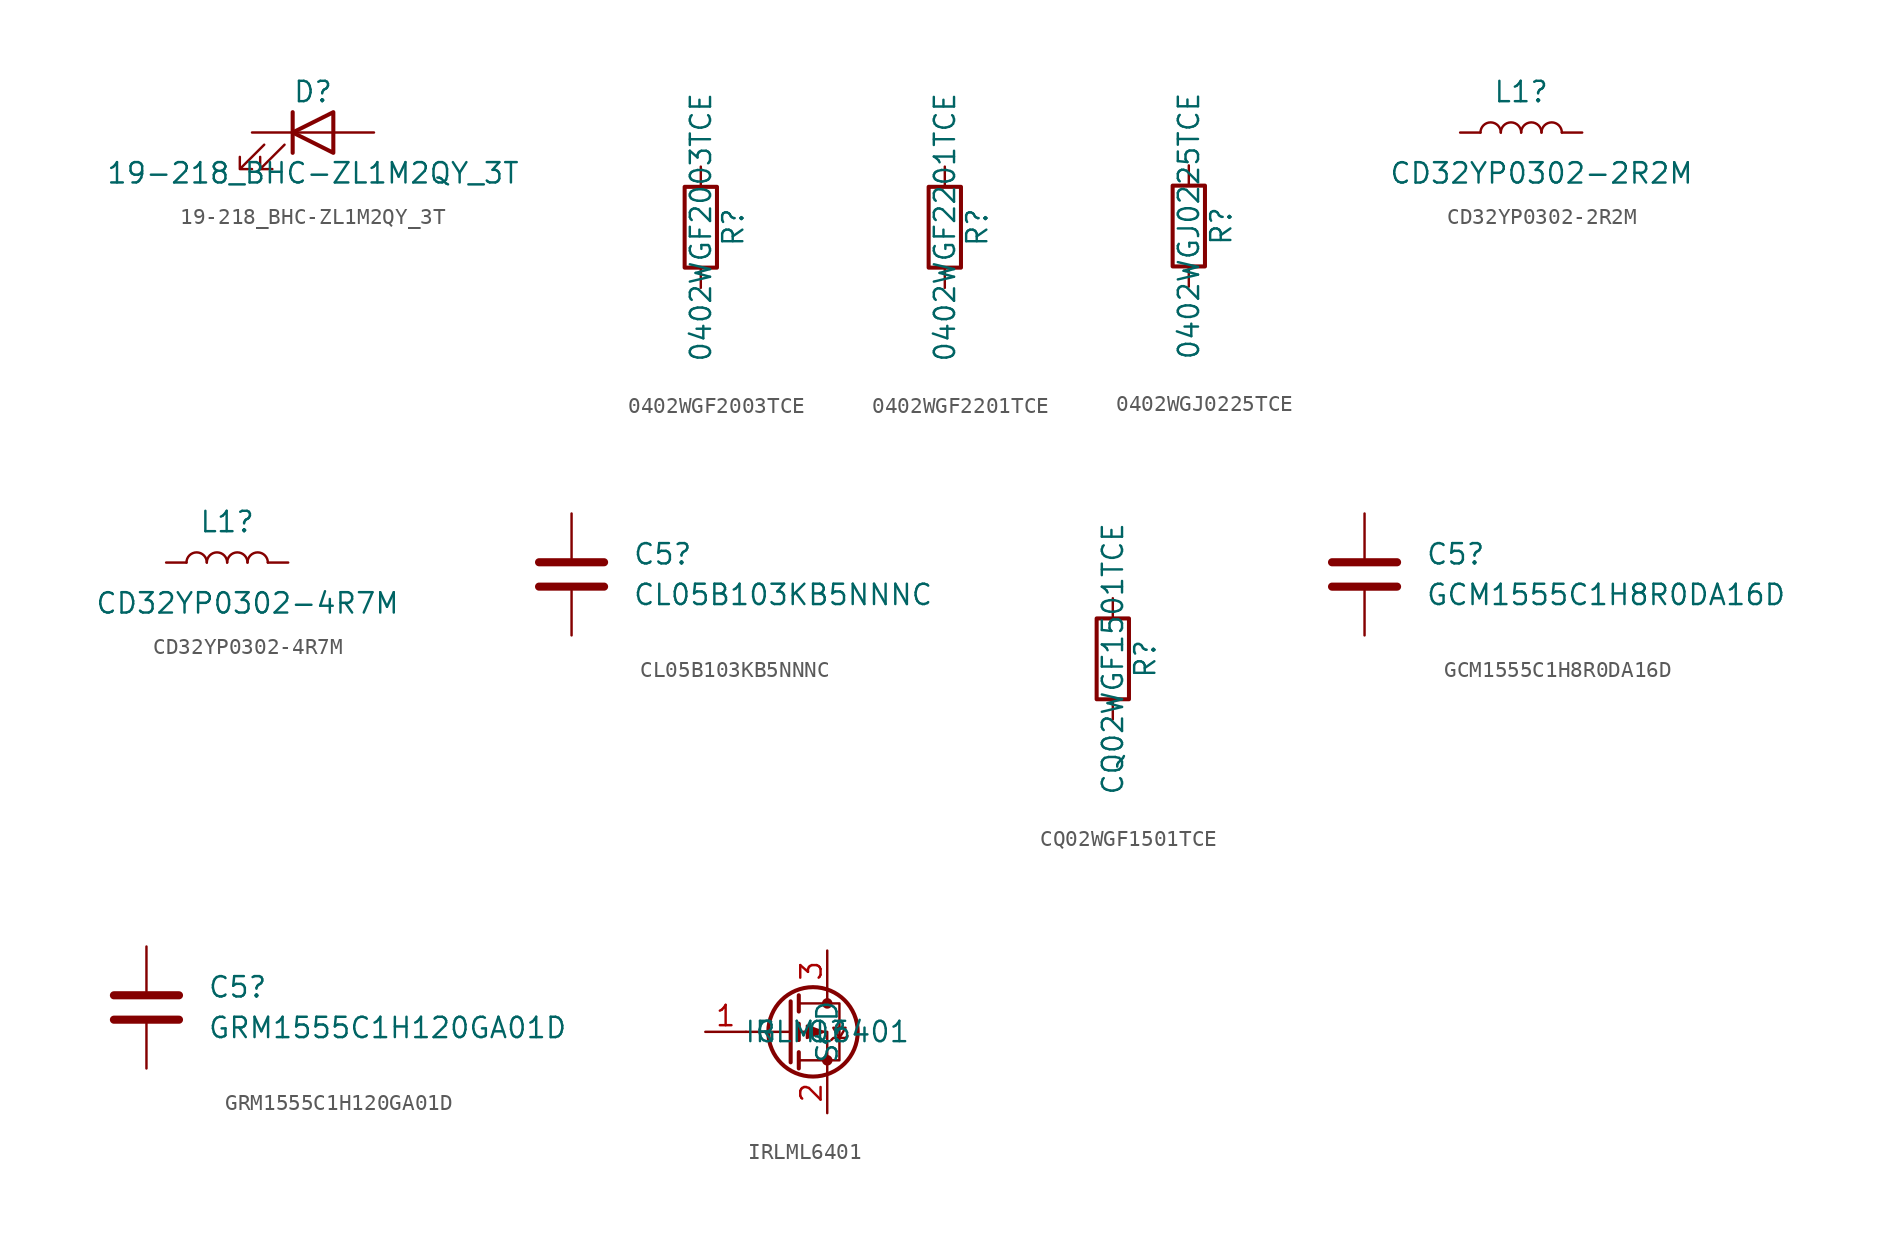
<source format=kicad_sym>
(kicad_symbol_lib
  (version 20211014)
  (generator kicad_symbol_editor)
  (symbol "19-218_BHC-ZL1M2QY_3T"
    (pin_numbers hide)
    (pin_names
      (offset 1.016) hide)
    (property "Reference" "D"
      (at 0 2.54 0)
      (effects (font (size 1.27 1.27))))
    (property "Value" "19-218_BHC-ZL1M2QY_3T"
      (at 0 -2.54 0)
      (effects (font (size 1.27 1.27))))
    (symbol "19-218_BHC-ZL1M2QY_3T_0_1"
      (polyline (pts (xy -1.27 -1.27) (xy -1.27 1.27)) (stroke (width 0.254) (type default) (color 0 0 0 0)) (fill (type none)))
      (polyline (pts (xy -1.27 0) (xy 1.27 0)) (stroke (width 0) (type default) (color 0 0 0 0)) (fill (type none)))
      (polyline (pts (xy 1.27 -1.27) (xy 1.27 1.27) (xy -1.27 0) (xy 1.27 -1.27)) (stroke (width 0.254) (type default) (color 0 0 0 0)) (fill (type none)))
      (polyline (pts (xy -3.048 -0.762) (xy -4.572 -2.286) (xy -3.81 -2.286) (xy -4.572 -2.286) (xy -4.572 -1.524)) (stroke (width 0) (type default) (color 0 0 0 0)) (fill (type none)))
      (polyline (pts (xy -1.778 -0.762) (xy -3.302 -2.286) (xy -2.54 -2.286) (xy -3.302 -2.286) (xy -3.302 -1.524)) (stroke (width 0) (type default) (color 0 0 0 0)) (fill (type none))))
    (symbol "19-218_BHC-ZL1M2QY_3T_1_1"
      (pin passive line (at -3.81 0 0) (length 2.54) (name "K" (effects (font (size 1.27 1.27)))) (number "1" (effects (font (size 1.27 1.27)))))
      (pin passive line (at 3.81 0 180) (length 2.54) (name "A" (effects (font (size 1.27 1.27)))) (number "2" (effects (font (size 1.27 1.27)))))))
  (symbol "0402WGF2003TCE"
    (pin_numbers hide)
    (pin_names
      (offset 0))
    (property "Reference" "R"
      (at 2.032 0 90)
      (effects (font (size 1.27 1.27))))
    (property "Value" "0402WGF2003TCE"
      (at 0 0 90)
      (effects (font (size 1.27 1.27))))
    (symbol "0402WGF2003TCE_0_1"
      (rectangle (start -1.016 -2.54) (end 1.016 2.54) (stroke (width 0.254) (type default) (color 0 0 0 0)) (fill (type none))))
    (symbol "0402WGF2003TCE_1_1"
      (pin passive line (at 0 3.81 270) (length 1.27) (name "~" (effects (font (size 1.27 1.27)))) (number "1" (effects (font (size 1.27 1.27)))))
      (pin passive line (at 0 -3.81 90) (length 1.27) (name "~" (effects (font (size 1.27 1.27)))) (number "2" (effects (font (size 1.27 1.27)))))))
  (symbol "0402WGF2201TCE"
    (pin_numbers hide)
    (pin_names
      (offset 0))
    (property "Reference" "R"
      (at 2.032 0 90)
      (effects (font (size 1.27 1.27))))
    (property "Value" "0402WGF2201TCE"
      (at 0 0 90)
      (effects (font (size 1.27 1.27))))
    (symbol "0402WGF2201TCE_0_1"
      (rectangle (start -1.016 -2.54) (end 1.016 2.54) (stroke (width 0.254) (type default) (color 0 0 0 0)) (fill (type none))))
    (symbol "0402WGF2201TCE_1_1"
      (pin passive line (at 0 3.81 270) (length 1.27) (name "~" (effects (font (size 1.27 1.27)))) (number "1" (effects (font (size 1.27 1.27)))))
      (pin passive line (at 0 -3.81 90) (length 1.27) (name "~" (effects (font (size 1.27 1.27)))) (number "2" (effects (font (size 1.27 1.27)))))))
  (symbol "0402WGJ0225TCE"
    (pin_numbers hide)
    (pin_names
      (offset 0))
    (property "Reference" "R"
      (at 2.032 0 90)
      (effects (font (size 1.27 1.27))))
    (property "Value" "0402WGJ0225TCE"
      (at 0 0 90)
      (effects (font (size 1.27 1.27))))
    (symbol "0402WGJ0225TCE_0_1"
      (rectangle (start -1.016 -2.54) (end 1.016 2.54) (stroke (width 0.254) (type default) (color 0 0 0 0)) (fill (type none))))
    (symbol "0402WGJ0225TCE_1_1"
      (pin passive line (at 0 3.81 270) (length 1.27) (name "~" (effects (font (size 1.27 1.27)))) (number "1" (effects (font (size 1.27 1.27)))))
      (pin passive line (at 0 -3.81 90) (length 1.27) (name "~" (effects (font (size 1.27 1.27)))) (number "2" (effects (font (size 1.27 1.27)))))))
  (symbol "CD32YP0302-2R2M"
    (pin_numbers hide)
    (pin_names
      (offset 1.016) hide)
    (property "Reference" "L1"
      (at 0 2.54 0)
      (effects (font (size 1.27 1.27))))
    (property "Value" "CD32YP0302-2R2M"
      (at 1.27 -2.54 0)
      (effects (font (size 1.27 1.27))))
    (symbol "CD32YP0302-2R2M_0_1"
      (arc (start -1.27 0) (mid -1.905 0.635) (end -2.54 0) (stroke (width 0) (type default) (color 0 0 0 0)) (fill (type none)))
      (arc (start 0 0) (mid -0.635 0.635) (end -1.27 0) (stroke (width 0) (type default) (color 0 0 0 0)) (fill (type none)))
      (arc (start 1.27 0) (mid 0.635 0.635) (end 0 0) (stroke (width 0) (type default) (color 0 0 0 0)) (fill (type none)))
      (arc (start 2.54 0) (mid 1.905 0.635) (end 1.27 0) (stroke (width 0) (type default) (color 0 0 0 0)) (fill (type none))))
    (symbol "CD32YP0302-2R2M_1_1"
      (pin passive line (at -3.81 0 0) (length 1.27) (name "1" (effects (font (size 1.27 1.27)))) (number "1" (effects (font (size 1.27 1.27)))))
      (pin passive line (at 3.81 0 180) (length 1.27) (name "2" (effects (font (size 1.27 1.27)))) (number "2" (effects (font (size 1.27 1.27)))))))
  (symbol "CD32YP0302-4R7M"
    (pin_numbers hide)
    (pin_names
      (offset 1.016) hide)
    (property "Reference" "L1"
      (at 0 2.54 0)
      (effects (font (size 1.27 1.27))))
    (property "Value" "CD32YP0302-4R7M"
      (at 1.27 -2.54 0)
      (effects (font (size 1.27 1.27))))
    (symbol "CD32YP0302-4R7M_0_1"
      (arc (start -1.27 0) (mid -1.905 0.635) (end -2.54 0) (stroke (width 0) (type default) (color 0 0 0 0)) (fill (type none)))
      (arc (start 0 0) (mid -0.635 0.635) (end -1.27 0) (stroke (width 0) (type default) (color 0 0 0 0)) (fill (type none)))
      (arc (start 1.27 0) (mid 0.635 0.635) (end 0 0) (stroke (width 0) (type default) (color 0 0 0 0)) (fill (type none)))
      (arc (start 2.54 0) (mid 1.905 0.635) (end 1.27 0) (stroke (width 0) (type default) (color 0 0 0 0)) (fill (type none))))
    (symbol "CD32YP0302-4R7M_1_1"
      (pin passive line (at -3.81 0 0) (length 1.27) (name "1" (effects (font (size 1.27 1.27)))) (number "1" (effects (font (size 1.27 1.27)))))
      (pin passive line (at 3.81 0 180) (length 1.27) (name "2" (effects (font (size 1.27 1.27)))) (number "2" (effects (font (size 1.27 1.27)))))))
  (symbol "CL05B103KB5NNNC"
    (pin_numbers hide)
    (pin_names
      (offset 0.254))
    (property "Reference" "C5"
      (at 3.81 1.27 0)
      (effects (font (size 1.27 1.27)) (justify left)))
    (property "Value" "CL05B103KB5NNNC"
      (at 3.81 -1.27 0)
      (effects (font (size 1.27 1.27)) (justify left)))
    (symbol "CL05B103KB5NNNC_0_1"
      (polyline (pts (xy -2.032 -0.762) (xy 2.032 -0.762)) (stroke (width 0.508) (type default) (color 0 0 0 0)) (fill (type none)))
      (polyline (pts (xy -2.032 0.762) (xy 2.032 0.762)) (stroke (width 0.508) (type default) (color 0 0 0 0)) (fill (type none))))
    (symbol "CL05B103KB5NNNC_1_1"
      (pin passive line (at 0 3.81 270) (length 2.794) (name "~" (effects (font (size 1.27 1.27)))) (number "1" (effects (font (size 1.27 1.27)))))
      (pin passive line (at 0 -3.81 90) (length 2.794) (name "~" (effects (font (size 1.27 1.27)))) (number "2" (effects (font (size 1.27 1.27)))))))
  (symbol "CQ02WGF1501TCE"
    (pin_numbers hide)
    (pin_names
      (offset 0))
    (property "Reference" "R"
      (at 2.032 0 90)
      (effects (font (size 1.27 1.27))))
    (property "Value" "CQ02WGF1501TCE"
      (at 0 0 90)
      (effects (font (size 1.27 1.27))))
    (symbol "CQ02WGF1501TCE_0_1"
      (rectangle (start -1.016 -2.54) (end 1.016 2.54) (stroke (width 0.254) (type default) (color 0 0 0 0)) (fill (type none))))
    (symbol "CQ02WGF1501TCE_1_1"
      (pin passive line (at 0 3.81 270) (length 1.27) (name "~" (effects (font (size 1.27 1.27)))) (number "1" (effects (font (size 1.27 1.27)))))
      (pin passive line (at 0 -3.81 90) (length 1.27) (name "~" (effects (font (size 1.27 1.27)))) (number "2" (effects (font (size 1.27 1.27)))))))
  (symbol "GCM1555C1H8R0DA16D"
    (pin_numbers hide)
    (pin_names
      (offset 0.254))
    (property "Reference" "C5"
      (at 3.81 1.27 0)
      (effects (font (size 1.27 1.27)) (justify left)))
    (property "Value" "GCM1555C1H8R0DA16D"
      (at 3.81 -1.27 0)
      (effects (font (size 1.27 1.27)) (justify left)))
    (symbol "GCM1555C1H8R0DA16D_0_1"
      (polyline (pts (xy -2.032 -0.762) (xy 2.032 -0.762)) (stroke (width 0.508) (type default) (color 0 0 0 0)) (fill (type none)))
      (polyline (pts (xy -2.032 0.762) (xy 2.032 0.762)) (stroke (width 0.508) (type default) (color 0 0 0 0)) (fill (type none))))
    (symbol "GCM1555C1H8R0DA16D_1_1"
      (pin passive line (at 0 3.81 270) (length 2.794) (name "~" (effects (font (size 1.27 1.27)))) (number "1" (effects (font (size 1.27 1.27)))))
      (pin passive line (at 0 -3.81 90) (length 2.794) (name "~" (effects (font (size 1.27 1.27)))) (number "2" (effects (font (size 1.27 1.27)))))))
  (symbol "GRM1555C1H120GA01D"
    (pin_numbers hide)
    (pin_names
      (offset 0.254))
    (property "Reference" "C5"
      (at 3.81 1.27 0)
      (effects (font (size 1.27 1.27)) (justify left)))
    (property "Value" "GRM1555C1H120GA01D"
      (at 3.81 -1.27 0)
      (effects (font (size 1.27 1.27)) (justify left)))
    (symbol "GRM1555C1H120GA01D_0_1"
      (polyline (pts (xy -2.032 -0.762) (xy 2.032 -0.762)) (stroke (width 0.508) (type default) (color 0 0 0 0)) (fill (type none)))
      (polyline (pts (xy -2.032 0.762) (xy 2.032 0.762)) (stroke (width 0.508) (type default) (color 0 0 0 0)) (fill (type none))))
    (symbol "GRM1555C1H120GA01D_1_1"
      (pin passive line (at 0 3.81 270) (length 2.794) (name "~" (effects (font (size 1.27 1.27)))) (number "1" (effects (font (size 1.27 1.27)))))
      (pin passive line (at 0 -3.81 90) (length 2.794) (name "~" (effects (font (size 1.27 1.27)))) (number "2" (effects (font (size 1.27 1.27)))))))
  (symbol "IRLML6401"
    (property "Reference" "Q"
      (at 0 0 0)
      (effects (font (size 1.27 1.27))))
    (property "Value" "IRLML6401"
      (at 0 0 0)
      (effects (font (size 1.27 1.27))))
    (symbol "IRLML6401_0_1"
      (circle (center -0.889 0) (radius 2.794) (stroke (width 0.254) (type default) (color 0 0 0 0)) (fill (type none)))
      (circle (center 0 -1.778) (radius 0.254) (stroke (width 0) (type default) (color 0 0 0 0)) (fill (type outline)))
      (polyline (pts (xy -2.286 0) (xy -5.08 0)) (stroke (width 0) (type default) (color 0 0 0 0)) (fill (type none)))
      (polyline (pts (xy -2.286 1.905) (xy -2.286 -1.905)) (stroke (width 0.254) (type default) (color 0 0 0 0)) (fill (type none)))
      (polyline (pts (xy -1.778 -1.27) (xy -1.778 -2.286)) (stroke (width 0.254) (type default) (color 0 0 0 0)) (fill (type none)))
      (polyline (pts (xy -1.778 0.508) (xy -1.778 -0.508)) (stroke (width 0.254) (type default) (color 0 0 0 0)) (fill (type none)))
      (polyline (pts (xy -1.778 2.286) (xy -1.778 1.27)) (stroke (width 0.254) (type default) (color 0 0 0 0)) (fill (type none)))
      (polyline (pts (xy 0 2.54) (xy 0 1.778)) (stroke (width 0) (type default) (color 0 0 0 0)) (fill (type none)))
      (polyline (pts (xy 0 -2.54) (xy 0 0) (xy -1.778 0)) (stroke (width 0) (type default) (color 0 0 0 0)) (fill (type none)))
      (polyline (pts (xy -1.778 1.778) (xy 0.762 1.778) (xy 0.762 -1.778) (xy -1.778 -1.778)) (stroke (width 0) (type default) (color 0 0 0 0)) (fill (type none)))
      (polyline (pts (xy -0.254 0) (xy -1.27 0.381) (xy -1.27 -0.381) (xy -0.254 0)) (stroke (width 0) (type default) (color 0 0 0 0)) (fill (type outline)))
      (polyline (pts (xy 0.254 -0.508) (xy 0.381 -0.381) (xy 1.143 -0.381) (xy 1.27 -0.254)) (stroke (width 0) (type default) (color 0 0 0 0)) (fill (type none)))
      (polyline (pts (xy 0.762 -0.381) (xy 0.381 0.254) (xy 1.143 0.254) (xy 0.762 -0.381)) (stroke (width 0) (type default) (color 0 0 0 0)) (fill (type none)))
      (circle (center 0 1.778) (radius 0.254) (stroke (width 0) (type default) (color 0 0 0 0)) (fill (type outline))))
    (symbol "IRLML6401_1_1"
      (pin input line (at -7.62 0 0) (length 2.54) (name "G" (effects (font (size 1.27 1.27)))) (number "1" (effects (font (size 1.27 1.27)))))
      (pin passive line (at 0 -5.08 90) (length 2.54) (name "S" (effects (font (size 1.27 1.27)))) (number "2" (effects (font (size 1.27 1.27)))))
      (pin passive line (at 0 5.08 270) (length 2.54) (name "D" (effects (font (size 1.27 1.27)))) (number "3" (effects (font (size 1.27 1.27))))))))
</source>
